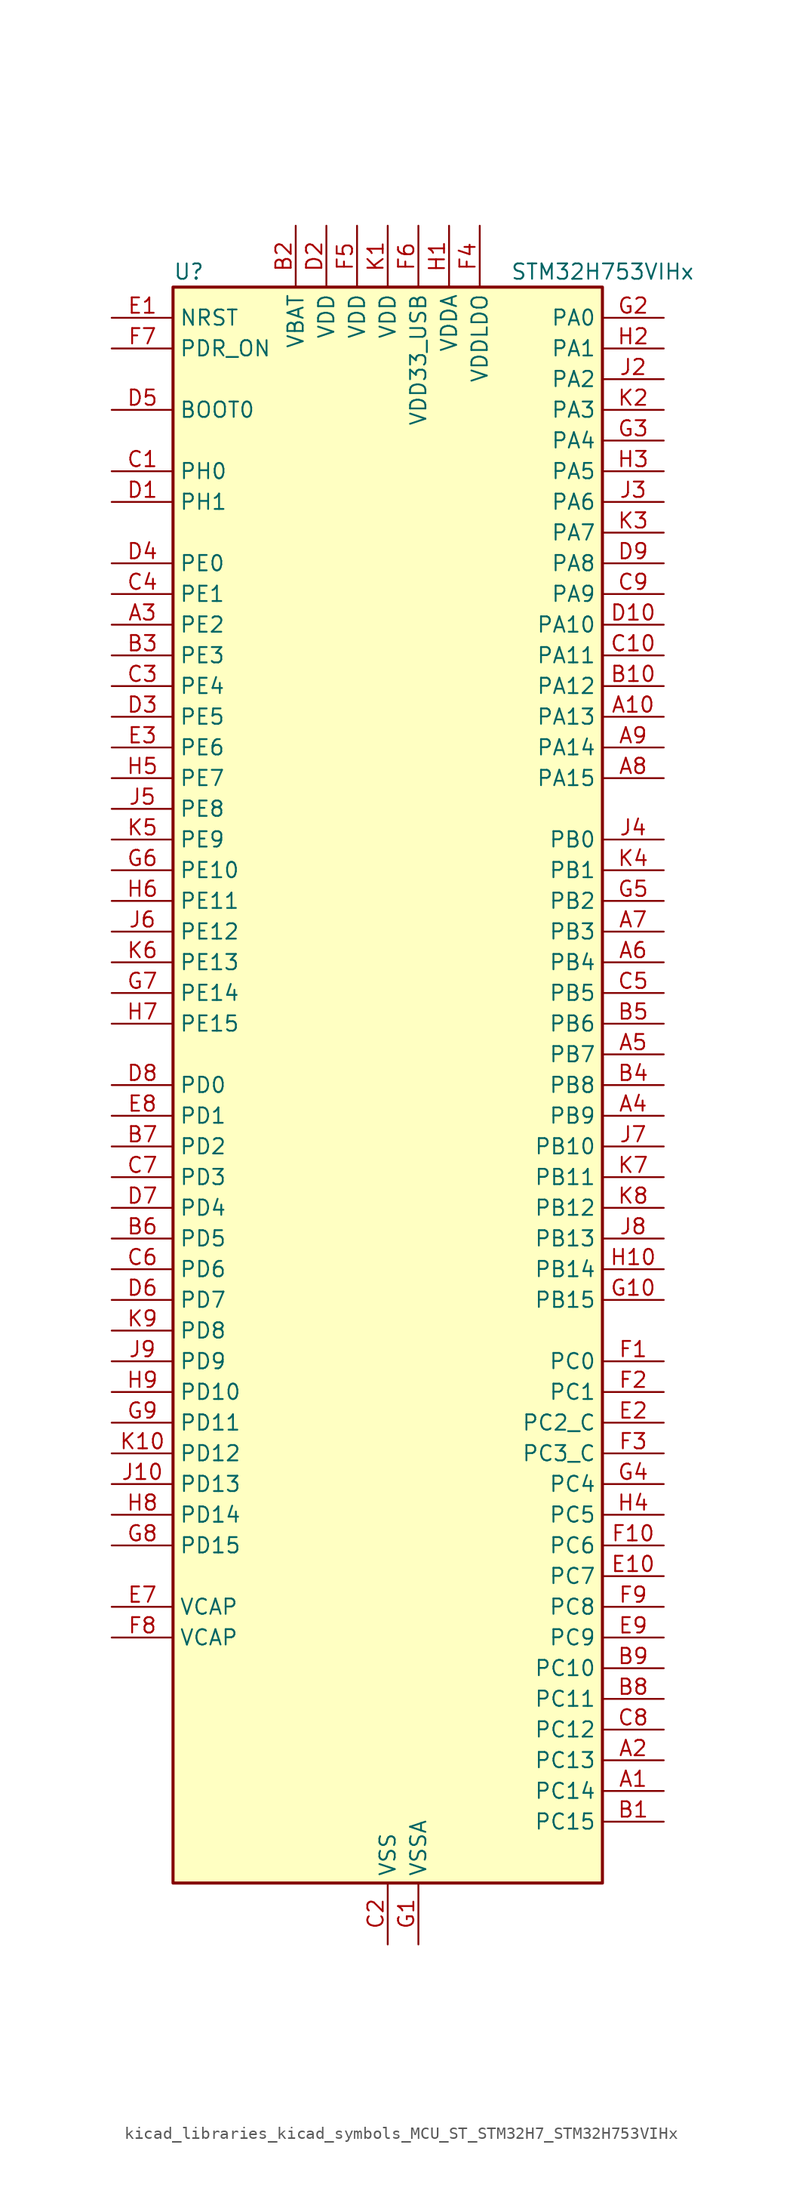
<source format=kicad_sym>
(kicad_symbol_lib
  (version 20220914)
  (generator kicad_symbol_editor)
  (symbol "kicad_libraries_kicad_symbols_MCU_ST_STM32H7_STM32H753VIHx"
    (property "Reference" "U"
      (at -17.78 67.31 0)
      (effects (font (size 1.27 1.27)) (justify left)))
    (property "Value" "STM32H753VIHx"
      (at 10.16 67.31 0)
      (effects (font (size 1.27 1.27)) (justify left)))
    (property "ki_locked" ""
      (at 0 0 0)
      (effects (font (size 1.27 1.27))))
    (symbol "kicad_libraries_kicad_symbols_MCU_ST_STM32H7_STM32H753VIHx_0_1"
      (rectangle (start -17.78 -66.04) (end 17.78 66.04) (stroke (width 0.254) (type default)) (fill (type background))))
    (symbol "kicad_libraries_kicad_symbols_MCU_ST_STM32H7_STM32H753VIHx_1_1"
      (pin bidirectional line (at 22.86 -58.42 180) (length 5.08) (name "PC14" (effects (font (size 1.27 1.27)))) (number "A1" (effects (font (size 1.27 1.27)))) (alternate "RCC_OSC32_IN" bidirectional line))
      (pin bidirectional line (at 22.86 30.48 180) (length 5.08) (name "PA13" (effects (font (size 1.27 1.27)))) (number "A10" (effects (font (size 1.27 1.27)))) (alternate "DEBUG_JTMS-SWDIO" bidirectional line))
      (pin bidirectional line (at 22.86 -55.88 180) (length 5.08) (name "PC13" (effects (font (size 1.27 1.27)))) (number "A2" (effects (font (size 1.27 1.27)))) (alternate "PWR_WKUP2" bidirectional line) (alternate "RTC_OUT_ALARM" bidirectional line) (alternate "RTC_OUT_CALIB" bidirectional line) (alternate "RTC_TAMP1" bidirectional line) (alternate "RTC_TS" bidirectional line))
      (pin bidirectional line (at -22.86 38.1 0) (length 5.08) (name "PE2" (effects (font (size 1.27 1.27)))) (number "A3" (effects (font (size 1.27 1.27)))) (alternate "DEBUG_TRACECLK" bidirectional line) (alternate "ETH_TXD3" bidirectional line) (alternate "FMC_A23" bidirectional line) (alternate "QUADSPI_BK1_IO2" bidirectional line) (alternate "SAI1_CK1" bidirectional line) (alternate "SAI1_MCLK_A" bidirectional line) (alternate "SAI4_CK1" bidirectional line) (alternate "SAI4_MCLK_A" bidirectional line) (alternate "SPI4_SCK" bidirectional line))
      (pin bidirectional line (at 22.86 -2.54 180) (length 5.08) (name "PB9" (effects (font (size 1.27 1.27)))) (number "A4" (effects (font (size 1.27 1.27)))) (alternate "DAC1_EXTI9" bidirectional line) (alternate "DCMI_D7" bidirectional line) (alternate "DFSDM1_DATIN7" bidirectional line) (alternate "FDCAN1_TX" bidirectional line) (alternate "I2C1_SDA" bidirectional line) (alternate "I2C4_SDA" bidirectional line) (alternate "I2C4_SMBA" bidirectional line) (alternate "I2S2_WS" bidirectional line) (alternate "LTDC_B7" bidirectional line) (alternate "SDMMC1_CDIR" bidirectional line) (alternate "SDMMC1_D5" bidirectional line) (alternate "SDMMC2_D5" bidirectional line) (alternate "SPI2_NSS" bidirectional line) (alternate "TIM17_CH1" bidirectional line) (alternate "TIM4_CH4" bidirectional line) (alternate "UART4_TX" bidirectional line))
      (pin bidirectional line (at 22.86 2.54 180) (length 5.08) (name "PB7" (effects (font (size 1.27 1.27)))) (number "A5" (effects (font (size 1.27 1.27)))) (alternate "DCMI_VSYNC" bidirectional line) (alternate "DFSDM1_CKIN5" bidirectional line) (alternate "FMC_NL" bidirectional line) (alternate "HRTIM_EEV9" bidirectional line) (alternate "I2C1_SDA" bidirectional line) (alternate "I2C4_SDA" bidirectional line) (alternate "LPUART1_RX" bidirectional line) (alternate "PWR_PVD_IN" bidirectional line) (alternate "TIM17_CH1N" bidirectional line) (alternate "TIM4_CH2" bidirectional line) (alternate "USART1_RX" bidirectional line))
      (pin bidirectional line (at 22.86 10.16 180) (length 5.08) (name "PB4" (effects (font (size 1.27 1.27)))) (number "A6" (effects (font (size 1.27 1.27)))) (alternate "DEBUG_JTRST" bidirectional line) (alternate "HRTIM_EEV6" bidirectional line) (alternate "I2S1_SDI" bidirectional line) (alternate "I2S2_WS" bidirectional line) (alternate "I2S3_SDI" bidirectional line) (alternate "SDMMC2_D3" bidirectional line) (alternate "SPI1_MISO" bidirectional line) (alternate "SPI2_NSS" bidirectional line) (alternate "SPI3_MISO" bidirectional line) (alternate "SPI6_MISO" bidirectional line) (alternate "TIM16_BKIN" bidirectional line) (alternate "TIM3_CH1" bidirectional line) (alternate "UART7_TX" bidirectional line))
      (pin bidirectional line (at 22.86 12.7 180) (length 5.08) (name "PB3" (effects (font (size 1.27 1.27)))) (number "A7" (effects (font (size 1.27 1.27)))) (alternate "CRS_SYNC" bidirectional line) (alternate "DEBUG_JTDO-SWO" bidirectional line) (alternate "HRTIM_FLT4" bidirectional line) (alternate "I2S1_CK" bidirectional line) (alternate "I2S3_CK" bidirectional line) (alternate "SDMMC2_D2" bidirectional line) (alternate "SPI1_SCK" bidirectional line) (alternate "SPI3_SCK" bidirectional line) (alternate "SPI6_SCK" bidirectional line) (alternate "TIM2_CH2" bidirectional line) (alternate "UART7_RX" bidirectional line))
      (pin bidirectional line (at 22.86 25.4 180) (length 5.08) (name "PA15" (effects (font (size 1.27 1.27)))) (number "A8" (effects (font (size 1.27 1.27)))) (alternate "ADC1_EXTI15" bidirectional line) (alternate "ADC2_EXTI15" bidirectional line) (alternate "ADC3_EXTI15" bidirectional line) (alternate "CEC" bidirectional line) (alternate "DEBUG_JTDI" bidirectional line) (alternate "HRTIM_FLT1" bidirectional line) (alternate "I2S1_WS" bidirectional line) (alternate "I2S3_WS" bidirectional line) (alternate "SPI1_NSS" bidirectional line) (alternate "SPI3_NSS" bidirectional line) (alternate "SPI6_NSS" bidirectional line) (alternate "TIM2_CH1" bidirectional line) (alternate "TIM2_ETR" bidirectional line) (alternate "UART4_DE" bidirectional line) (alternate "UART4_RTS" bidirectional line) (alternate "UART7_TX" bidirectional line))
      (pin bidirectional line (at 22.86 27.94 180) (length 5.08) (name "PA14" (effects (font (size 1.27 1.27)))) (number "A9" (effects (font (size 1.27 1.27)))) (alternate "DEBUG_JTCK-SWCLK" bidirectional line))
      (pin bidirectional line (at 22.86 -60.96 180) (length 5.08) (name "PC15" (effects (font (size 1.27 1.27)))) (number "B1" (effects (font (size 1.27 1.27)))) (alternate "ADC1_EXTI15" bidirectional line) (alternate "ADC2_EXTI15" bidirectional line) (alternate "ADC3_EXTI15" bidirectional line) (alternate "RCC_OSC32_OUT" bidirectional line))
      (pin bidirectional line (at 22.86 33.02 180) (length 5.08) (name "PA12" (effects (font (size 1.27 1.27)))) (number "B10" (effects (font (size 1.27 1.27)))) (alternate "FDCAN1_TX" bidirectional line) (alternate "HRTIM_CHD2" bidirectional line) (alternate "I2S2_CK" bidirectional line) (alternate "LPUART1_DE" bidirectional line) (alternate "LPUART1_RTS" bidirectional line) (alternate "LTDC_R5" bidirectional line) (alternate "SAI2_FS_B" bidirectional line) (alternate "SPI2_SCK" bidirectional line) (alternate "TIM1_ETR" bidirectional line) (alternate "UART4_TX" bidirectional line) (alternate "USART1_DE" bidirectional line) (alternate "USART1_RTS" bidirectional line) (alternate "USB_OTG_FS_DP" bidirectional line))
      (pin power_in line (at -7.62 71.12 270) (length 5.08) (name "VBAT" (effects (font (size 1.27 1.27)))) (number "B2" (effects (font (size 1.27 1.27)))))
      (pin bidirectional line (at -22.86 35.56 0) (length 5.08) (name "PE3" (effects (font (size 1.27 1.27)))) (number "B3" (effects (font (size 1.27 1.27)))) (alternate "DEBUG_TRACED0" bidirectional line) (alternate "FMC_A19" bidirectional line) (alternate "SAI1_SD_B" bidirectional line) (alternate "SAI4_SD_B" bidirectional line) (alternate "TIM15_BKIN" bidirectional line))
      (pin bidirectional line (at 22.86 0 180) (length 5.08) (name "PB8" (effects (font (size 1.27 1.27)))) (number "B4" (effects (font (size 1.27 1.27)))) (alternate "DCMI_D6" bidirectional line) (alternate "DFSDM1_CKIN7" bidirectional line) (alternate "ETH_TXD3" bidirectional line) (alternate "FDCAN1_RX" bidirectional line) (alternate "I2C1_SCL" bidirectional line) (alternate "I2C4_SCL" bidirectional line) (alternate "LTDC_B6" bidirectional line) (alternate "SDMMC1_CKIN" bidirectional line) (alternate "SDMMC1_D4" bidirectional line) (alternate "SDMMC2_D4" bidirectional line) (alternate "TIM16_CH1" bidirectional line) (alternate "TIM4_CH3" bidirectional line) (alternate "UART4_RX" bidirectional line))
      (pin bidirectional line (at 22.86 5.08 180) (length 5.08) (name "PB6" (effects (font (size 1.27 1.27)))) (number "B5" (effects (font (size 1.27 1.27)))) (alternate "CEC" bidirectional line) (alternate "DCMI_D5" bidirectional line) (alternate "DFSDM1_DATIN5" bidirectional line) (alternate "FDCAN2_TX" bidirectional line) (alternate "FMC_SDNE1" bidirectional line) (alternate "HRTIM_EEV8" bidirectional line) (alternate "I2C1_SCL" bidirectional line) (alternate "I2C4_SCL" bidirectional line) (alternate "LPUART1_TX" bidirectional line) (alternate "QUADSPI_BK1_NCS" bidirectional line) (alternate "TIM16_CH1N" bidirectional line) (alternate "TIM4_CH1" bidirectional line) (alternate "UART5_TX" bidirectional line) (alternate "USART1_TX" bidirectional line))
      (pin bidirectional line (at -22.86 -12.7 0) (length 5.08) (name "PD5" (effects (font (size 1.27 1.27)))) (number "B6" (effects (font (size 1.27 1.27)))) (alternate "FMC_NWE" bidirectional line) (alternate "HRTIM_EEV3" bidirectional line) (alternate "USART2_TX" bidirectional line))
      (pin bidirectional line (at -22.86 -5.08 0) (length 5.08) (name "PD2" (effects (font (size 1.27 1.27)))) (number "B7" (effects (font (size 1.27 1.27)))) (alternate "DCMI_D11" bidirectional line) (alternate "DEBUG_TRACED2" bidirectional line) (alternate "SDMMC1_CMD" bidirectional line) (alternate "TIM3_ETR" bidirectional line) (alternate "UART5_RX" bidirectional line))
      (pin bidirectional line (at 22.86 -50.8 180) (length 5.08) (name "PC11" (effects (font (size 1.27 1.27)))) (number "B8" (effects (font (size 1.27 1.27)))) (alternate "ADC1_EXTI11" bidirectional line) (alternate "ADC2_EXTI11" bidirectional line) (alternate "ADC3_EXTI11" bidirectional line) (alternate "DCMI_D4" bidirectional line) (alternate "DFSDM1_DATIN5" bidirectional line) (alternate "HRTIM_FLT2" bidirectional line) (alternate "I2S3_SDI" bidirectional line) (alternate "QUADSPI_BK2_NCS" bidirectional line) (alternate "SDMMC1_D3" bidirectional line) (alternate "SPI3_MISO" bidirectional line) (alternate "UART4_RX" bidirectional line) (alternate "USART3_RX" bidirectional line))
      (pin bidirectional line (at 22.86 -48.26 180) (length 5.08) (name "PC10" (effects (font (size 1.27 1.27)))) (number "B9" (effects (font (size 1.27 1.27)))) (alternate "DCMI_D8" bidirectional line) (alternate "DFSDM1_CKIN5" bidirectional line) (alternate "HRTIM_EEV1" bidirectional line) (alternate "I2S3_CK" bidirectional line) (alternate "LTDC_R2" bidirectional line) (alternate "QUADSPI_BK1_IO1" bidirectional line) (alternate "SDMMC1_D2" bidirectional line) (alternate "SPI3_SCK" bidirectional line) (alternate "UART4_TX" bidirectional line) (alternate "USART3_TX" bidirectional line))
      (pin bidirectional line (at -22.86 50.8 0) (length 5.08) (name "PH0" (effects (font (size 1.27 1.27)))) (number "C1" (effects (font (size 1.27 1.27)))) (alternate "RCC_OSC_IN" bidirectional line))
      (pin bidirectional line (at 22.86 35.56 180) (length 5.08) (name "PA11" (effects (font (size 1.27 1.27)))) (number "C10" (effects (font (size 1.27 1.27)))) (alternate "ADC1_EXTI11" bidirectional line) (alternate "ADC2_EXTI11" bidirectional line) (alternate "ADC3_EXTI11" bidirectional line) (alternate "FDCAN1_RX" bidirectional line) (alternate "HRTIM_CHD1" bidirectional line) (alternate "I2S2_WS" bidirectional line) (alternate "LPUART1_CTS" bidirectional line) (alternate "LTDC_R4" bidirectional line) (alternate "SPI2_NSS" bidirectional line) (alternate "TIM1_CH4" bidirectional line) (alternate "UART4_RX" bidirectional line) (alternate "USART1_CTS" bidirectional line) (alternate "USART1_NSS" bidirectional line) (alternate "USB_OTG_FS_DM" bidirectional line))
      (pin power_in line (at 0 -71.12 90) (length 5.08) (name "VSS" (effects (font (size 1.27 1.27)))) (number "C2" (effects (font (size 1.27 1.27)))))
      (pin bidirectional line (at -22.86 33.02 0) (length 5.08) (name "PE4" (effects (font (size 1.27 1.27)))) (number "C3" (effects (font (size 1.27 1.27)))) (alternate "DCMI_D4" bidirectional line) (alternate "DEBUG_TRACED1" bidirectional line) (alternate "DFSDM1_DATIN3" bidirectional line) (alternate "FMC_A20" bidirectional line) (alternate "LTDC_B0" bidirectional line) (alternate "SAI1_D2" bidirectional line) (alternate "SAI1_FS_A" bidirectional line) (alternate "SAI4_D2" bidirectional line) (alternate "SAI4_FS_A" bidirectional line) (alternate "SPI4_NSS" bidirectional line) (alternate "TIM15_CH1N" bidirectional line))
      (pin bidirectional line (at -22.86 40.64 0) (length 5.08) (name "PE1" (effects (font (size 1.27 1.27)))) (number "C4" (effects (font (size 1.27 1.27)))) (alternate "DCMI_D3" bidirectional line) (alternate "FMC_NBL1" bidirectional line) (alternate "HRTIM_SCOUT" bidirectional line) (alternate "LPTIM1_IN2" bidirectional line) (alternate "UART8_TX" bidirectional line))
      (pin bidirectional line (at 22.86 7.62 180) (length 5.08) (name "PB5" (effects (font (size 1.27 1.27)))) (number "C5" (effects (font (size 1.27 1.27)))) (alternate "DCMI_D10" bidirectional line) (alternate "ETH_PPS_OUT" bidirectional line) (alternate "FDCAN2_RX" bidirectional line) (alternate "FMC_SDCKE1" bidirectional line) (alternate "HRTIM_EEV7" bidirectional line) (alternate "I2C1_SMBA" bidirectional line) (alternate "I2C4_SMBA" bidirectional line) (alternate "I2S1_SDO" bidirectional line) (alternate "I2S3_SDO" bidirectional line) (alternate "SPI1_MOSI" bidirectional line) (alternate "SPI3_MOSI" bidirectional line) (alternate "SPI6_MOSI" bidirectional line) (alternate "TIM17_BKIN" bidirectional line) (alternate "TIM3_CH2" bidirectional line) (alternate "UART5_RX" bidirectional line) (alternate "USB_OTG_HS_ULPI_D7" bidirectional line))
      (pin bidirectional line (at -22.86 -15.24 0) (length 5.08) (name "PD6" (effects (font (size 1.27 1.27)))) (number "C6" (effects (font (size 1.27 1.27)))) (alternate "DCMI_D10" bidirectional line) (alternate "DFSDM1_CKIN4" bidirectional line) (alternate "DFSDM1_DATIN1" bidirectional line) (alternate "FMC_NWAIT" bidirectional line) (alternate "I2S3_SDO" bidirectional line) (alternate "LTDC_B2" bidirectional line) (alternate "SAI1_D1" bidirectional line) (alternate "SAI1_SD_A" bidirectional line) (alternate "SAI4_D1" bidirectional line) (alternate "SAI4_SD_A" bidirectional line) (alternate "SDMMC2_CK" bidirectional line) (alternate "SPI3_MOSI" bidirectional line) (alternate "USART2_RX" bidirectional line))
      (pin bidirectional line (at -22.86 -7.62 0) (length 5.08) (name "PD3" (effects (font (size 1.27 1.27)))) (number "C7" (effects (font (size 1.27 1.27)))) (alternate "DCMI_D5" bidirectional line) (alternate "DFSDM1_CKOUT" bidirectional line) (alternate "FMC_CLK" bidirectional line) (alternate "I2S2_CK" bidirectional line) (alternate "LTDC_G7" bidirectional line) (alternate "SPI2_SCK" bidirectional line) (alternate "USART2_CTS" bidirectional line) (alternate "USART2_NSS" bidirectional line))
      (pin bidirectional line (at 22.86 -53.34 180) (length 5.08) (name "PC12" (effects (font (size 1.27 1.27)))) (number "C8" (effects (font (size 1.27 1.27)))) (alternate "DCMI_D9" bidirectional line) (alternate "DEBUG_TRACED3" bidirectional line) (alternate "HRTIM_EEV2" bidirectional line) (alternate "I2S3_SDO" bidirectional line) (alternate "SDMMC1_CK" bidirectional line) (alternate "SPI3_MOSI" bidirectional line) (alternate "UART5_TX" bidirectional line) (alternate "USART3_CK" bidirectional line))
      (pin bidirectional line (at 22.86 40.64 180) (length 5.08) (name "PA9" (effects (font (size 1.27 1.27)))) (number "C9" (effects (font (size 1.27 1.27)))) (alternate "DAC1_EXTI9" bidirectional line) (alternate "DCMI_D0" bidirectional line) (alternate "HRTIM_CHC1" bidirectional line) (alternate "I2C3_SMBA" bidirectional line) (alternate "I2S2_CK" bidirectional line) (alternate "LPUART1_TX" bidirectional line) (alternate "LTDC_R5" bidirectional line) (alternate "SPI2_SCK" bidirectional line) (alternate "TIM1_CH2" bidirectional line) (alternate "USART1_TX" bidirectional line) (alternate "USB_OTG_FS_VBUS" bidirectional line))
      (pin bidirectional line (at -22.86 48.26 0) (length 5.08) (name "PH1" (effects (font (size 1.27 1.27)))) (number "D1" (effects (font (size 1.27 1.27)))) (alternate "RCC_OSC_OUT" bidirectional line))
      (pin bidirectional line (at 22.86 38.1 180) (length 5.08) (name "PA10" (effects (font (size 1.27 1.27)))) (number "D10" (effects (font (size 1.27 1.27)))) (alternate "DCMI_D1" bidirectional line) (alternate "HRTIM_CHC2" bidirectional line) (alternate "LPUART1_RX" bidirectional line) (alternate "LTDC_B1" bidirectional line) (alternate "LTDC_B4" bidirectional line) (alternate "MDIOS_MDIO" bidirectional line) (alternate "TIM1_CH3" bidirectional line) (alternate "USART1_RX" bidirectional line) (alternate "USB_OTG_FS_ID" bidirectional line))
      (pin power_in line (at -5.08 71.12 270) (length 5.08) (name "VDD" (effects (font (size 1.27 1.27)))) (number "D2" (effects (font (size 1.27 1.27)))))
      (pin bidirectional line (at -22.86 30.48 0) (length 5.08) (name "PE5" (effects (font (size 1.27 1.27)))) (number "D3" (effects (font (size 1.27 1.27)))) (alternate "DCMI_D6" bidirectional line) (alternate "DEBUG_TRACED2" bidirectional line) (alternate "DFSDM1_CKIN3" bidirectional line) (alternate "FMC_A21" bidirectional line) (alternate "LTDC_G0" bidirectional line) (alternate "SAI1_CK2" bidirectional line) (alternate "SAI1_SCK_A" bidirectional line) (alternate "SAI4_CK2" bidirectional line) (alternate "SAI4_SCK_A" bidirectional line) (alternate "SPI4_MISO" bidirectional line) (alternate "TIM15_CH1" bidirectional line))
      (pin bidirectional line (at -22.86 43.18 0) (length 5.08) (name "PE0" (effects (font (size 1.27 1.27)))) (number "D4" (effects (font (size 1.27 1.27)))) (alternate "DCMI_D2" bidirectional line) (alternate "FMC_NBL0" bidirectional line) (alternate "HRTIM_SCIN" bidirectional line) (alternate "LPTIM1_ETR" bidirectional line) (alternate "LPTIM2_ETR" bidirectional line) (alternate "SAI2_MCLK_A" bidirectional line) (alternate "TIM4_ETR" bidirectional line) (alternate "UART8_RX" bidirectional line))
      (pin input line (at -22.86 55.88 0) (length 5.08) (name "BOOT0" (effects (font (size 1.27 1.27)))) (number "D5" (effects (font (size 1.27 1.27)))))
      (pin bidirectional line (at -22.86 -17.78 0) (length 5.08) (name "PD7" (effects (font (size 1.27 1.27)))) (number "D6" (effects (font (size 1.27 1.27)))) (alternate "DFSDM1_CKIN1" bidirectional line) (alternate "DFSDM1_DATIN4" bidirectional line) (alternate "FMC_NE1" bidirectional line) (alternate "I2S1_SDO" bidirectional line) (alternate "SDMMC2_CMD" bidirectional line) (alternate "SPDIFRX1_IN0" bidirectional line) (alternate "SPI1_MOSI" bidirectional line) (alternate "USART2_CK" bidirectional line))
      (pin bidirectional line (at -22.86 -10.16 0) (length 5.08) (name "PD4" (effects (font (size 1.27 1.27)))) (number "D7" (effects (font (size 1.27 1.27)))) (alternate "FMC_NOE" bidirectional line) (alternate "HRTIM_FLT3" bidirectional line) (alternate "SAI3_FS_A" bidirectional line) (alternate "USART2_DE" bidirectional line) (alternate "USART2_RTS" bidirectional line))
      (pin bidirectional line (at -22.86 0 0) (length 5.08) (name "PD0" (effects (font (size 1.27 1.27)))) (number "D8" (effects (font (size 1.27 1.27)))) (alternate "DFSDM1_CKIN6" bidirectional line) (alternate "FDCAN1_RX" bidirectional line) (alternate "FMC_D2" bidirectional line) (alternate "FMC_DA2" bidirectional line) (alternate "SAI3_SCK_A" bidirectional line) (alternate "UART4_RX" bidirectional line))
      (pin bidirectional line (at 22.86 43.18 180) (length 5.08) (name "PA8" (effects (font (size 1.27 1.27)))) (number "D9" (effects (font (size 1.27 1.27)))) (alternate "HRTIM_CHB2" bidirectional line) (alternate "I2C3_SCL" bidirectional line) (alternate "LTDC_B3" bidirectional line) (alternate "LTDC_R6" bidirectional line) (alternate "RCC_MCO_1" bidirectional line) (alternate "TIM1_CH1" bidirectional line) (alternate "TIM8_BKIN2" bidirectional line) (alternate "TIM8_BKIN2_COMP1" bidirectional line) (alternate "TIM8_BKIN2_COMP2" bidirectional line) (alternate "UART7_RX" bidirectional line) (alternate "USART1_CK" bidirectional line) (alternate "USB_OTG_FS_SOF" bidirectional line))
      (pin input line (at -22.86 63.5 0) (length 5.08) (name "NRST" (effects (font (size 1.27 1.27)))) (number "E1" (effects (font (size 1.27 1.27)))))
      (pin bidirectional line (at 22.86 -40.64 180) (length 5.08) (name "PC7" (effects (font (size 1.27 1.27)))) (number "E10" (effects (font (size 1.27 1.27)))) (alternate "DCMI_D1" bidirectional line) (alternate "DEBUG_TRGIO" bidirectional line) (alternate "DFSDM1_DATIN3" bidirectional line) (alternate "FMC_NE1" bidirectional line) (alternate "HRTIM_CHA2" bidirectional line) (alternate "I2S3_MCK" bidirectional line) (alternate "LTDC_G6" bidirectional line) (alternate "SDMMC1_D123DIR" bidirectional line) (alternate "SDMMC1_D7" bidirectional line) (alternate "SDMMC2_D7" bidirectional line) (alternate "SWPMI1_TX" bidirectional line) (alternate "TIM3_CH2" bidirectional line) (alternate "TIM8_CH2" bidirectional line) (alternate "USART6_RX" bidirectional line))
      (pin bidirectional line (at 22.86 -27.94 180) (length 5.08) (name "PC2_C" (effects (font (size 1.27 1.27)))) (number "E2" (effects (font (size 1.27 1.27)))) (alternate "ADC3_INN1" bidirectional line) (alternate "ADC3_INP0" bidirectional line) (alternate "DFSDM1_CKIN1" bidirectional line) (alternate "DFSDM1_CKOUT" bidirectional line) (alternate "ETH_TXD2" bidirectional line) (alternate "FMC_SDNE0" bidirectional line) (alternate "I2S2_SDI" bidirectional line) (alternate "PWR_CSTOP" bidirectional line) (alternate "SPI2_MISO" bidirectional line) (alternate "USB_OTG_HS_ULPI_DIR" bidirectional line))
      (pin bidirectional line (at -22.86 27.94 0) (length 5.08) (name "PE6" (effects (font (size 1.27 1.27)))) (number "E3" (effects (font (size 1.27 1.27)))) (alternate "DCMI_D7" bidirectional line) (alternate "DEBUG_TRACED3" bidirectional line) (alternate "FMC_A22" bidirectional line) (alternate "LTDC_G1" bidirectional line) (alternate "SAI1_D1" bidirectional line) (alternate "SAI1_SD_A" bidirectional line) (alternate "SAI2_MCLK_B" bidirectional line) (alternate "SAI4_D1" bidirectional line) (alternate "SAI4_SD_A" bidirectional line) (alternate "SPI4_MOSI" bidirectional line) (alternate "TIM15_CH2" bidirectional line) (alternate "TIM1_BKIN2" bidirectional line) (alternate "TIM1_BKIN2_COMP1" bidirectional line) (alternate "TIM1_BKIN2_COMP2" bidirectional line))
      (pin passive line (at 0 -71.12 90) (length 5.08) hide (name "VSS" (effects (font (size 1.27 1.27)))) (number "E4" (effects (font (size 1.27 1.27)))))
      (pin passive line (at 0 -71.12 90) (length 5.08) hide (name "VSS" (effects (font (size 1.27 1.27)))) (number "E5" (effects (font (size 1.27 1.27)))))
      (pin passive line (at 0 -71.12 90) (length 5.08) hide (name "VSS" (effects (font (size 1.27 1.27)))) (number "E6" (effects (font (size 1.27 1.27)))))
      (pin power_out line (at -22.86 -43.18 0) (length 5.08) (name "VCAP" (effects (font (size 1.27 1.27)))) (number "E7" (effects (font (size 1.27 1.27)))))
      (pin bidirectional line (at -22.86 -2.54 0) (length 5.08) (name "PD1" (effects (font (size 1.27 1.27)))) (number "E8" (effects (font (size 1.27 1.27)))) (alternate "DFSDM1_DATIN6" bidirectional line) (alternate "FDCAN1_TX" bidirectional line) (alternate "FMC_D3" bidirectional line) (alternate "FMC_DA3" bidirectional line) (alternate "SAI3_SD_A" bidirectional line) (alternate "UART4_TX" bidirectional line))
      (pin bidirectional line (at 22.86 -45.72 180) (length 5.08) (name "PC9" (effects (font (size 1.27 1.27)))) (number "E9" (effects (font (size 1.27 1.27)))) (alternate "DAC1_EXTI9" bidirectional line) (alternate "DCMI_D3" bidirectional line) (alternate "I2C3_SDA" bidirectional line) (alternate "I2S_CKIN" bidirectional line) (alternate "LTDC_B2" bidirectional line) (alternate "LTDC_G3" bidirectional line) (alternate "QUADSPI_BK1_IO0" bidirectional line) (alternate "RCC_MCO_2" bidirectional line) (alternate "SDMMC1_D1" bidirectional line) (alternate "SWPMI1_SUSPEND" bidirectional line) (alternate "TIM3_CH4" bidirectional line) (alternate "TIM8_CH4" bidirectional line) (alternate "UART5_CTS" bidirectional line))
      (pin bidirectional line (at 22.86 -22.86 180) (length 5.08) (name "PC0" (effects (font (size 1.27 1.27)))) (number "F1" (effects (font (size 1.27 1.27)))) (alternate "ADC1_INP10" bidirectional line) (alternate "ADC2_INP10" bidirectional line) (alternate "ADC3_INP10" bidirectional line) (alternate "DFSDM1_CKIN0" bidirectional line) (alternate "DFSDM1_DATIN4" bidirectional line) (alternate "FMC_SDNWE" bidirectional line) (alternate "LTDC_R5" bidirectional line) (alternate "SAI2_FS_B" bidirectional line) (alternate "USB_OTG_HS_ULPI_STP" bidirectional line))
      (pin bidirectional line (at 22.86 -38.1 180) (length 5.08) (name "PC6" (effects (font (size 1.27 1.27)))) (number "F10" (effects (font (size 1.27 1.27)))) (alternate "DCMI_D0" bidirectional line) (alternate "DFSDM1_CKIN3" bidirectional line) (alternate "FMC_NWAIT" bidirectional line) (alternate "HRTIM_CHA1" bidirectional line) (alternate "I2S2_MCK" bidirectional line) (alternate "LTDC_HSYNC" bidirectional line) (alternate "SDMMC1_D0DIR" bidirectional line) (alternate "SDMMC1_D6" bidirectional line) (alternate "SDMMC2_D6" bidirectional line) (alternate "SWPMI1_IO" bidirectional line) (alternate "TIM3_CH1" bidirectional line) (alternate "TIM8_CH1" bidirectional line) (alternate "USART6_TX" bidirectional line))
      (pin bidirectional line (at 22.86 -25.4 180) (length 5.08) (name "PC1" (effects (font (size 1.27 1.27)))) (number "F2" (effects (font (size 1.27 1.27)))) (alternate "ADC1_INN10" bidirectional line) (alternate "ADC1_INP11" bidirectional line) (alternate "ADC2_INN10" bidirectional line) (alternate "ADC2_INP11" bidirectional line) (alternate "ADC3_INN10" bidirectional line) (alternate "ADC3_INP11" bidirectional line) (alternate "DEBUG_TRACED0" bidirectional line) (alternate "DFSDM1_CKIN4" bidirectional line) (alternate "DFSDM1_DATIN0" bidirectional line) (alternate "ETH_MDC" bidirectional line) (alternate "I2S2_SDO" bidirectional line) (alternate "MDIOS_MDC" bidirectional line) (alternate "PWR_WKUP5" bidirectional line) (alternate "RTC_TAMP3" bidirectional line) (alternate "SAI1_D1" bidirectional line) (alternate "SAI1_SD_A" bidirectional line) (alternate "SAI4_D1" bidirectional line) (alternate "SAI4_SD_A" bidirectional line) (alternate "SDMMC2_CK" bidirectional line) (alternate "SPI2_MOSI" bidirectional line))
      (pin bidirectional line (at 22.86 -30.48 180) (length 5.08) (name "PC3_C" (effects (font (size 1.27 1.27)))) (number "F3" (effects (font (size 1.27 1.27)))) (alternate "ADC3_INP1" bidirectional line) (alternate "DFSDM1_DATIN1" bidirectional line) (alternate "ETH_TX_CLK" bidirectional line) (alternate "FMC_SDCKE0" bidirectional line) (alternate "I2S2_SDO" bidirectional line) (alternate "PWR_CSLEEP" bidirectional line) (alternate "SPI2_MOSI" bidirectional line) (alternate "USB_OTG_HS_ULPI_NXT" bidirectional line))
      (pin power_in line (at 7.62 71.12 270) (length 5.08) (name "VDDLDO" (effects (font (size 1.27 1.27)))) (number "F4" (effects (font (size 1.27 1.27)))))
      (pin power_in line (at -2.54 71.12 270) (length 5.08) (name "VDD" (effects (font (size 1.27 1.27)))) (number "F5" (effects (font (size 1.27 1.27)))))
      (pin power_in line (at 2.54 71.12 270) (length 5.08) (name "VDD33_USB" (effects (font (size 1.27 1.27)))) (number "F6" (effects (font (size 1.27 1.27)))))
      (pin input line (at -22.86 60.96 0) (length 5.08) (name "PDR_ON" (effects (font (size 1.27 1.27)))) (number "F7" (effects (font (size 1.27 1.27)))))
      (pin power_out line (at -22.86 -45.72 0) (length 5.08) (name "VCAP" (effects (font (size 1.27 1.27)))) (number "F8" (effects (font (size 1.27 1.27)))))
      (pin bidirectional line (at 22.86 -43.18 180) (length 5.08) (name "PC8" (effects (font (size 1.27 1.27)))) (number "F9" (effects (font (size 1.27 1.27)))) (alternate "DCMI_D2" bidirectional line) (alternate "DEBUG_TRACED1" bidirectional line) (alternate "FMC_NCE" bidirectional line) (alternate "FMC_NE2" bidirectional line) (alternate "HRTIM_CHB1" bidirectional line) (alternate "SDMMC1_D0" bidirectional line) (alternate "SWPMI1_RX" bidirectional line) (alternate "TIM3_CH3" bidirectional line) (alternate "TIM8_CH3" bidirectional line) (alternate "UART5_DE" bidirectional line) (alternate "UART5_RTS" bidirectional line) (alternate "USART6_CK" bidirectional line))
      (pin power_in line (at 2.54 -71.12 90) (length 5.08) (name "VSSA" (effects (font (size 1.27 1.27)))) (number "G1" (effects (font (size 1.27 1.27)))))
      (pin bidirectional line (at 22.86 -17.78 180) (length 5.08) (name "PB15" (effects (font (size 1.27 1.27)))) (number "G10" (effects (font (size 1.27 1.27)))) (alternate "ADC1_EXTI15" bidirectional line) (alternate "ADC2_EXTI15" bidirectional line) (alternate "ADC3_EXTI15" bidirectional line) (alternate "DFSDM1_CKIN2" bidirectional line) (alternate "I2S2_SDO" bidirectional line) (alternate "RTC_REFIN" bidirectional line) (alternate "SDMMC2_D1" bidirectional line) (alternate "SPI2_MOSI" bidirectional line) (alternate "TIM12_CH2" bidirectional line) (alternate "TIM1_CH3N" bidirectional line) (alternate "TIM8_CH3N" bidirectional line) (alternate "UART4_CTS" bidirectional line) (alternate "USART1_RX" bidirectional line) (alternate "USB_OTG_HS_DP" bidirectional line))
      (pin bidirectional line (at 22.86 63.5 180) (length 5.08) (name "PA0" (effects (font (size 1.27 1.27)))) (number "G2" (effects (font (size 1.27 1.27)))) (alternate "ADC1_INP16" bidirectional line) (alternate "ETH_CRS" bidirectional line) (alternate "PWR_WKUP0" bidirectional line) (alternate "SAI2_SD_B" bidirectional line) (alternate "SDMMC2_CMD" bidirectional line) (alternate "TIM15_BKIN" bidirectional line) (alternate "TIM2_CH1" bidirectional line) (alternate "TIM2_ETR" bidirectional line) (alternate "TIM5_CH1" bidirectional line) (alternate "TIM8_ETR" bidirectional line) (alternate "UART4_TX" bidirectional line) (alternate "USART2_CTS" bidirectional line) (alternate "USART2_NSS" bidirectional line))
      (pin bidirectional line (at 22.86 53.34 180) (length 5.08) (name "PA4" (effects (font (size 1.27 1.27)))) (number "G3" (effects (font (size 1.27 1.27)))) (alternate "ADC1_INP18" bidirectional line) (alternate "ADC2_INP18" bidirectional line) (alternate "DAC1_OUT1" bidirectional line) (alternate "DCMI_HSYNC" bidirectional line) (alternate "I2S1_WS" bidirectional line) (alternate "I2S3_WS" bidirectional line) (alternate "LTDC_VSYNC" bidirectional line) (alternate "SPI1_NSS" bidirectional line) (alternate "SPI3_NSS" bidirectional line) (alternate "SPI6_NSS" bidirectional line) (alternate "TIM5_ETR" bidirectional line) (alternate "USART2_CK" bidirectional line) (alternate "USB_OTG_HS_SOF" bidirectional line))
      (pin bidirectional line (at 22.86 -33.02 180) (length 5.08) (name "PC4" (effects (font (size 1.27 1.27)))) (number "G4" (effects (font (size 1.27 1.27)))) (alternate "ADC1_INP4" bidirectional line) (alternate "ADC2_INP4" bidirectional line) (alternate "COMP1_INM" bidirectional line) (alternate "DFSDM1_CKIN2" bidirectional line) (alternate "ETH_RXD0" bidirectional line) (alternate "FMC_SDNE0" bidirectional line) (alternate "I2S1_MCK" bidirectional line) (alternate "OPAMP1_VOUT" bidirectional line) (alternate "SPDIFRX1_IN2" bidirectional line))
      (pin bidirectional line (at 22.86 15.24 180) (length 5.08) (name "PB2" (effects (font (size 1.27 1.27)))) (number "G5" (effects (font (size 1.27 1.27)))) (alternate "COMP1_INP" bidirectional line) (alternate "DFSDM1_CKIN1" bidirectional line) (alternate "I2S3_SDO" bidirectional line) (alternate "QUADSPI_CLK" bidirectional line) (alternate "RTC_OUT_ALARM" bidirectional line) (alternate "RTC_OUT_CALIB" bidirectional line) (alternate "SAI1_D1" bidirectional line) (alternate "SAI1_SD_A" bidirectional line) (alternate "SAI4_D1" bidirectional line) (alternate "SAI4_SD_A" bidirectional line) (alternate "SPI3_MOSI" bidirectional line))
      (pin bidirectional line (at -22.86 17.78 0) (length 5.08) (name "PE10" (effects (font (size 1.27 1.27)))) (number "G6" (effects (font (size 1.27 1.27)))) (alternate "COMP2_INM" bidirectional line) (alternate "DFSDM1_DATIN4" bidirectional line) (alternate "FMC_D7" bidirectional line) (alternate "FMC_DA7" bidirectional line) (alternate "QUADSPI_BK2_IO3" bidirectional line) (alternate "TIM1_CH2N" bidirectional line) (alternate "UART7_CTS" bidirectional line))
      (pin bidirectional line (at -22.86 7.62 0) (length 5.08) (name "PE14" (effects (font (size 1.27 1.27)))) (number "G7" (effects (font (size 1.27 1.27)))) (alternate "FMC_D11" bidirectional line) (alternate "FMC_DA11" bidirectional line) (alternate "LTDC_CLK" bidirectional line) (alternate "SAI2_MCLK_B" bidirectional line) (alternate "SPI4_MOSI" bidirectional line) (alternate "TIM1_CH4" bidirectional line))
      (pin bidirectional line (at -22.86 -38.1 0) (length 5.08) (name "PD15" (effects (font (size 1.27 1.27)))) (number "G8" (effects (font (size 1.27 1.27)))) (alternate "ADC1_EXTI15" bidirectional line) (alternate "ADC2_EXTI15" bidirectional line) (alternate "ADC3_EXTI15" bidirectional line) (alternate "FMC_D1" bidirectional line) (alternate "FMC_DA1" bidirectional line) (alternate "SAI3_MCLK_A" bidirectional line) (alternate "TIM4_CH4" bidirectional line) (alternate "UART8_DE" bidirectional line) (alternate "UART8_RTS" bidirectional line))
      (pin bidirectional line (at -22.86 -27.94 0) (length 5.08) (name "PD11" (effects (font (size 1.27 1.27)))) (number "G9" (effects (font (size 1.27 1.27)))) (alternate "ADC1_EXTI11" bidirectional line) (alternate "ADC2_EXTI11" bidirectional line) (alternate "ADC3_EXTI11" bidirectional line) (alternate "FMC_A16" bidirectional line) (alternate "FMC_CLE" bidirectional line) (alternate "I2C4_SMBA" bidirectional line) (alternate "LPTIM2_IN2" bidirectional line) (alternate "QUADSPI_BK1_IO0" bidirectional line) (alternate "SAI2_SD_A" bidirectional line) (alternate "USART3_CTS" bidirectional line) (alternate "USART3_NSS" bidirectional line))
      (pin power_in line (at 5.08 71.12 270) (length 5.08) (name "VDDA" (effects (font (size 1.27 1.27)))) (number "H1" (effects (font (size 1.27 1.27)))))
      (pin bidirectional line (at 22.86 -15.24 180) (length 5.08) (name "PB14" (effects (font (size 1.27 1.27)))) (number "H10" (effects (font (size 1.27 1.27)))) (alternate "DFSDM1_DATIN2" bidirectional line) (alternate "I2S2_SDI" bidirectional line) (alternate "SDMMC2_D0" bidirectional line) (alternate "SPI2_MISO" bidirectional line) (alternate "TIM12_CH1" bidirectional line) (alternate "TIM1_CH2N" bidirectional line) (alternate "TIM8_CH2N" bidirectional line) (alternate "UART4_DE" bidirectional line) (alternate "UART4_RTS" bidirectional line) (alternate "USART1_TX" bidirectional line) (alternate "USART3_DE" bidirectional line) (alternate "USART3_RTS" bidirectional line) (alternate "USB_OTG_HS_DM" bidirectional line))
      (pin bidirectional line (at 22.86 60.96 180) (length 5.08) (name "PA1" (effects (font (size 1.27 1.27)))) (number "H2" (effects (font (size 1.27 1.27)))) (alternate "ADC1_INN16" bidirectional line) (alternate "ADC1_INP17" bidirectional line) (alternate "ETH_REF_CLK" bidirectional line) (alternate "ETH_RX_CLK" bidirectional line) (alternate "LPTIM3_OUT" bidirectional line) (alternate "LTDC_R2" bidirectional line) (alternate "QUADSPI_BK1_IO3" bidirectional line) (alternate "SAI2_MCLK_B" bidirectional line) (alternate "TIM15_CH1N" bidirectional line) (alternate "TIM2_CH2" bidirectional line) (alternate "TIM5_CH2" bidirectional line) (alternate "UART4_RX" bidirectional line) (alternate "USART2_DE" bidirectional line) (alternate "USART2_RTS" bidirectional line))
      (pin bidirectional line (at 22.86 50.8 180) (length 5.08) (name "PA5" (effects (font (size 1.27 1.27)))) (number "H3" (effects (font (size 1.27 1.27)))) (alternate "ADC1_INN18" bidirectional line) (alternate "ADC1_INP19" bidirectional line) (alternate "ADC2_INN18" bidirectional line) (alternate "ADC2_INP19" bidirectional line) (alternate "DAC1_OUT2" bidirectional line) (alternate "I2S1_CK" bidirectional line) (alternate "LTDC_R4" bidirectional line) (alternate "PWR_NDSTOP2" bidirectional line) (alternate "SPI1_SCK" bidirectional line) (alternate "SPI6_SCK" bidirectional line) (alternate "TIM2_CH1" bidirectional line) (alternate "TIM2_ETR" bidirectional line) (alternate "TIM8_CH1N" bidirectional line) (alternate "USB_OTG_HS_ULPI_CK" bidirectional line))
      (pin bidirectional line (at 22.86 -35.56 180) (length 5.08) (name "PC5" (effects (font (size 1.27 1.27)))) (number "H4" (effects (font (size 1.27 1.27)))) (alternate "ADC1_INN4" bidirectional line) (alternate "ADC1_INP8" bidirectional line) (alternate "ADC2_INN4" bidirectional line) (alternate "ADC2_INP8" bidirectional line) (alternate "COMP1_OUT" bidirectional line) (alternate "DFSDM1_DATIN2" bidirectional line) (alternate "ETH_RXD1" bidirectional line) (alternate "FMC_SDCKE0" bidirectional line) (alternate "OPAMP1_VINM" bidirectional line) (alternate "OPAMP1_VINM0" bidirectional line) (alternate "SAI1_D3" bidirectional line) (alternate "SAI4_D3" bidirectional line) (alternate "SPDIFRX1_IN3" bidirectional line))
      (pin bidirectional line (at -22.86 25.4 0) (length 5.08) (name "PE7" (effects (font (size 1.27 1.27)))) (number "H5" (effects (font (size 1.27 1.27)))) (alternate "COMP2_INM" bidirectional line) (alternate "DFSDM1_DATIN2" bidirectional line) (alternate "FMC_D4" bidirectional line) (alternate "FMC_DA4" bidirectional line) (alternate "OPAMP2_VOUT" bidirectional line) (alternate "QUADSPI_BK2_IO0" bidirectional line) (alternate "TIM1_ETR" bidirectional line) (alternate "UART7_RX" bidirectional line))
      (pin bidirectional line (at -22.86 15.24 0) (length 5.08) (name "PE11" (effects (font (size 1.27 1.27)))) (number "H6" (effects (font (size 1.27 1.27)))) (alternate "ADC1_EXTI11" bidirectional line) (alternate "ADC2_EXTI11" bidirectional line) (alternate "ADC3_EXTI11" bidirectional line) (alternate "COMP2_INP" bidirectional line) (alternate "DFSDM1_CKIN4" bidirectional line) (alternate "FMC_D8" bidirectional line) (alternate "FMC_DA8" bidirectional line) (alternate "LTDC_G3" bidirectional line) (alternate "SAI2_SD_B" bidirectional line) (alternate "SPI4_NSS" bidirectional line) (alternate "TIM1_CH2" bidirectional line))
      (pin bidirectional line (at -22.86 5.08 0) (length 5.08) (name "PE15" (effects (font (size 1.27 1.27)))) (number "H7" (effects (font (size 1.27 1.27)))) (alternate "ADC1_EXTI15" bidirectional line) (alternate "ADC2_EXTI15" bidirectional line) (alternate "ADC3_EXTI15" bidirectional line) (alternate "FMC_D12" bidirectional line) (alternate "FMC_DA12" bidirectional line) (alternate "LTDC_R7" bidirectional line) (alternate "TIM1_BKIN" bidirectional line) (alternate "TIM1_BKIN_COMP1" bidirectional line) (alternate "TIM1_BKIN_COMP2" bidirectional line))
      (pin bidirectional line (at -22.86 -35.56 0) (length 5.08) (name "PD14" (effects (font (size 1.27 1.27)))) (number "H8" (effects (font (size 1.27 1.27)))) (alternate "FMC_D0" bidirectional line) (alternate "FMC_DA0" bidirectional line) (alternate "SAI3_MCLK_B" bidirectional line) (alternate "TIM4_CH3" bidirectional line) (alternate "UART8_CTS" bidirectional line))
      (pin bidirectional line (at -22.86 -25.4 0) (length 5.08) (name "PD10" (effects (font (size 1.27 1.27)))) (number "H9" (effects (font (size 1.27 1.27)))) (alternate "DFSDM1_CKOUT" bidirectional line) (alternate "FMC_D15" bidirectional line) (alternate "FMC_DA15" bidirectional line) (alternate "LTDC_B3" bidirectional line) (alternate "SAI3_FS_B" bidirectional line) (alternate "USART3_CK" bidirectional line))
      (pin passive line (at 0 -71.12 90) (length 5.08) hide (name "VSS" (effects (font (size 1.27 1.27)))) (number "J1" (effects (font (size 1.27 1.27)))))
      (pin bidirectional line (at -22.86 -33.02 0) (length 5.08) (name "PD13" (effects (font (size 1.27 1.27)))) (number "J10" (effects (font (size 1.27 1.27)))) (alternate "FMC_A18" bidirectional line) (alternate "I2C4_SDA" bidirectional line) (alternate "LPTIM1_OUT" bidirectional line) (alternate "QUADSPI_BK1_IO3" bidirectional line) (alternate "SAI2_SCK_A" bidirectional line) (alternate "TIM4_CH2" bidirectional line))
      (pin bidirectional line (at 22.86 58.42 180) (length 5.08) (name "PA2" (effects (font (size 1.27 1.27)))) (number "J2" (effects (font (size 1.27 1.27)))) (alternate "ADC1_INP14" bidirectional line) (alternate "ADC2_INP14" bidirectional line) (alternate "ETH_MDIO" bidirectional line) (alternate "LPTIM4_OUT" bidirectional line) (alternate "LTDC_R1" bidirectional line) (alternate "MDIOS_MDIO" bidirectional line) (alternate "PWR_WKUP1" bidirectional line) (alternate "SAI2_SCK_B" bidirectional line) (alternate "TIM15_CH1" bidirectional line) (alternate "TIM2_CH3" bidirectional line) (alternate "TIM5_CH3" bidirectional line) (alternate "USART2_TX" bidirectional line))
      (pin bidirectional line (at 22.86 48.26 180) (length 5.08) (name "PA6" (effects (font (size 1.27 1.27)))) (number "J3" (effects (font (size 1.27 1.27)))) (alternate "ADC1_INP3" bidirectional line) (alternate "ADC2_INP3" bidirectional line) (alternate "DCMI_PIXCLK" bidirectional line) (alternate "I2S1_SDI" bidirectional line) (alternate "LTDC_G2" bidirectional line) (alternate "MDIOS_MDC" bidirectional line) (alternate "SPI1_MISO" bidirectional line) (alternate "SPI6_MISO" bidirectional line) (alternate "TIM13_CH1" bidirectional line) (alternate "TIM1_BKIN" bidirectional line) (alternate "TIM1_BKIN_COMP1" bidirectional line) (alternate "TIM1_BKIN_COMP2" bidirectional line) (alternate "TIM3_CH1" bidirectional line) (alternate "TIM8_BKIN" bidirectional line) (alternate "TIM8_BKIN_COMP1" bidirectional line) (alternate "TIM8_BKIN_COMP2" bidirectional line))
      (pin bidirectional line (at 22.86 20.32 180) (length 5.08) (name "PB0" (effects (font (size 1.27 1.27)))) (number "J4" (effects (font (size 1.27 1.27)))) (alternate "ADC1_INN5" bidirectional line) (alternate "ADC1_INP9" bidirectional line) (alternate "ADC2_INN5" bidirectional line) (alternate "ADC2_INP9" bidirectional line) (alternate "COMP1_INP" bidirectional line) (alternate "DFSDM1_CKOUT" bidirectional line) (alternate "ETH_RXD2" bidirectional line) (alternate "LTDC_G1" bidirectional line) (alternate "LTDC_R3" bidirectional line) (alternate "OPAMP1_VINP" bidirectional line) (alternate "TIM1_CH2N" bidirectional line) (alternate "TIM3_CH3" bidirectional line) (alternate "TIM8_CH2N" bidirectional line) (alternate "UART4_CTS" bidirectional line) (alternate "USB_OTG_HS_ULPI_D1" bidirectional line))
      (pin bidirectional line (at -22.86 22.86 0) (length 5.08) (name "PE8" (effects (font (size 1.27 1.27)))) (number "J5" (effects (font (size 1.27 1.27)))) (alternate "COMP2_OUT" bidirectional line) (alternate "DFSDM1_CKIN2" bidirectional line) (alternate "FMC_D5" bidirectional line) (alternate "FMC_DA5" bidirectional line) (alternate "OPAMP2_VINM" bidirectional line) (alternate "OPAMP2_VINM0" bidirectional line) (alternate "QUADSPI_BK2_IO1" bidirectional line) (alternate "TIM1_CH1N" bidirectional line) (alternate "UART7_TX" bidirectional line))
      (pin bidirectional line (at -22.86 12.7 0) (length 5.08) (name "PE12" (effects (font (size 1.27 1.27)))) (number "J6" (effects (font (size 1.27 1.27)))) (alternate "COMP1_OUT" bidirectional line) (alternate "DFSDM1_DATIN5" bidirectional line) (alternate "FMC_D9" bidirectional line) (alternate "FMC_DA9" bidirectional line) (alternate "LTDC_B4" bidirectional line) (alternate "SAI2_SCK_B" bidirectional line) (alternate "SPI4_SCK" bidirectional line) (alternate "TIM1_CH3N" bidirectional line))
      (pin bidirectional line (at 22.86 -5.08 180) (length 5.08) (name "PB10" (effects (font (size 1.27 1.27)))) (number "J7" (effects (font (size 1.27 1.27)))) (alternate "DFSDM1_DATIN7" bidirectional line) (alternate "ETH_RX_ER" bidirectional line) (alternate "HRTIM_SCOUT" bidirectional line) (alternate "I2C2_SCL" bidirectional line) (alternate "I2S2_CK" bidirectional line) (alternate "LPTIM2_IN1" bidirectional line) (alternate "LTDC_G4" bidirectional line) (alternate "QUADSPI_BK1_NCS" bidirectional line) (alternate "SPI2_SCK" bidirectional line) (alternate "TIM2_CH3" bidirectional line) (alternate "USART3_TX" bidirectional line) (alternate "USB_OTG_HS_ULPI_D3" bidirectional line))
      (pin bidirectional line (at 22.86 -12.7 180) (length 5.08) (name "PB13" (effects (font (size 1.27 1.27)))) (number "J8" (effects (font (size 1.27 1.27)))) (alternate "DFSDM1_CKIN1" bidirectional line) (alternate "ETH_TXD1" bidirectional line) (alternate "FDCAN2_TX" bidirectional line) (alternate "I2S2_CK" bidirectional line) (alternate "LPTIM2_OUT" bidirectional line) (alternate "SPI2_SCK" bidirectional line) (alternate "TIM1_CH1N" bidirectional line) (alternate "UART5_TX" bidirectional line) (alternate "USART3_CTS" bidirectional line) (alternate "USART3_NSS" bidirectional line) (alternate "USB_OTG_HS_ULPI_D6" bidirectional line) (alternate "USB_OTG_HS_VBUS" bidirectional line))
      (pin bidirectional line (at -22.86 -22.86 0) (length 5.08) (name "PD9" (effects (font (size 1.27 1.27)))) (number "J9" (effects (font (size 1.27 1.27)))) (alternate "DAC1_EXTI9" bidirectional line) (alternate "DFSDM1_DATIN3" bidirectional line) (alternate "FMC_D14" bidirectional line) (alternate "FMC_DA14" bidirectional line) (alternate "SAI3_SD_B" bidirectional line) (alternate "USART3_RX" bidirectional line))
      (pin power_in line (at 0 71.12 270) (length 5.08) (name "VDD" (effects (font (size 1.27 1.27)))) (number "K1" (effects (font (size 1.27 1.27)))))
      (pin bidirectional line (at -22.86 -30.48 0) (length 5.08) (name "PD12" (effects (font (size 1.27 1.27)))) (number "K10" (effects (font (size 1.27 1.27)))) (alternate "FMC_A17" bidirectional line) (alternate "FMC_ALE" bidirectional line) (alternate "I2C4_SCL" bidirectional line) (alternate "LPTIM1_IN1" bidirectional line) (alternate "LPTIM2_IN1" bidirectional line) (alternate "QUADSPI_BK1_IO1" bidirectional line) (alternate "SAI2_FS_A" bidirectional line) (alternate "TIM4_CH1" bidirectional line) (alternate "USART3_DE" bidirectional line) (alternate "USART3_RTS" bidirectional line))
      (pin bidirectional line (at 22.86 55.88 180) (length 5.08) (name "PA3" (effects (font (size 1.27 1.27)))) (number "K2" (effects (font (size 1.27 1.27)))) (alternate "ADC1_INP15" bidirectional line) (alternate "ADC2_INP15" bidirectional line) (alternate "ETH_COL" bidirectional line) (alternate "LPTIM5_OUT" bidirectional line) (alternate "LTDC_B2" bidirectional line) (alternate "LTDC_B5" bidirectional line) (alternate "TIM15_CH2" bidirectional line) (alternate "TIM2_CH4" bidirectional line) (alternate "TIM5_CH4" bidirectional line) (alternate "USART2_RX" bidirectional line) (alternate "USB_OTG_HS_ULPI_D0" bidirectional line))
      (pin bidirectional line (at 22.86 45.72 180) (length 5.08) (name "PA7" (effects (font (size 1.27 1.27)))) (number "K3" (effects (font (size 1.27 1.27)))) (alternate "ADC1_INN3" bidirectional line) (alternate "ADC1_INP7" bidirectional line) (alternate "ADC2_INN3" bidirectional line) (alternate "ADC2_INP7" bidirectional line) (alternate "ETH_CRS_DV" bidirectional line) (alternate "ETH_RX_DV" bidirectional line) (alternate "FMC_SDNWE" bidirectional line) (alternate "I2S1_SDO" bidirectional line) (alternate "OPAMP1_VINM" bidirectional line) (alternate "OPAMP1_VINM1" bidirectional line) (alternate "SPI1_MOSI" bidirectional line) (alternate "SPI6_MOSI" bidirectional line) (alternate "TIM14_CH1" bidirectional line) (alternate "TIM1_CH1N" bidirectional line) (alternate "TIM3_CH2" bidirectional line) (alternate "TIM8_CH1N" bidirectional line))
      (pin bidirectional line (at 22.86 17.78 180) (length 5.08) (name "PB1" (effects (font (size 1.27 1.27)))) (number "K4" (effects (font (size 1.27 1.27)))) (alternate "ADC1_INP5" bidirectional line) (alternate "ADC2_INP5" bidirectional line) (alternate "COMP1_INM" bidirectional line) (alternate "DFSDM1_DATIN1" bidirectional line) (alternate "ETH_RXD3" bidirectional line) (alternate "LTDC_G0" bidirectional line) (alternate "LTDC_R6" bidirectional line) (alternate "TIM1_CH3N" bidirectional line) (alternate "TIM3_CH4" bidirectional line) (alternate "TIM8_CH3N" bidirectional line) (alternate "USB_OTG_HS_ULPI_D2" bidirectional line))
      (pin bidirectional line (at -22.86 20.32 0) (length 5.08) (name "PE9" (effects (font (size 1.27 1.27)))) (number "K5" (effects (font (size 1.27 1.27)))) (alternate "COMP2_INP" bidirectional line) (alternate "DAC1_EXTI9" bidirectional line) (alternate "DFSDM1_CKOUT" bidirectional line) (alternate "FMC_D6" bidirectional line) (alternate "FMC_DA6" bidirectional line) (alternate "OPAMP2_VINP" bidirectional line) (alternate "QUADSPI_BK2_IO2" bidirectional line) (alternate "TIM1_CH1" bidirectional line) (alternate "UART7_DE" bidirectional line) (alternate "UART7_RTS" bidirectional line))
      (pin bidirectional line (at -22.86 10.16 0) (length 5.08) (name "PE13" (effects (font (size 1.27 1.27)))) (number "K6" (effects (font (size 1.27 1.27)))) (alternate "COMP2_OUT" bidirectional line) (alternate "DFSDM1_CKIN5" bidirectional line) (alternate "FMC_D10" bidirectional line) (alternate "FMC_DA10" bidirectional line) (alternate "LTDC_DE" bidirectional line) (alternate "SAI2_FS_B" bidirectional line) (alternate "SPI4_MISO" bidirectional line) (alternate "TIM1_CH3" bidirectional line))
      (pin bidirectional line (at 22.86 -7.62 180) (length 5.08) (name "PB11" (effects (font (size 1.27 1.27)))) (number "K7" (effects (font (size 1.27 1.27)))) (alternate "ADC1_EXTI11" bidirectional line) (alternate "ADC2_EXTI11" bidirectional line) (alternate "ADC3_EXTI11" bidirectional line) (alternate "DFSDM1_CKIN7" bidirectional line) (alternate "ETH_TX_EN" bidirectional line) (alternate "HRTIM_SCIN" bidirectional line) (alternate "I2C2_SDA" bidirectional line) (alternate "LPTIM2_ETR" bidirectional line) (alternate "LTDC_G5" bidirectional line) (alternate "TIM2_CH4" bidirectional line) (alternate "USART3_RX" bidirectional line) (alternate "USB_OTG_HS_ULPI_D4" bidirectional line))
      (pin bidirectional line (at 22.86 -10.16 180) (length 5.08) (name "PB12" (effects (font (size 1.27 1.27)))) (number "K8" (effects (font (size 1.27 1.27)))) (alternate "DFSDM1_DATIN1" bidirectional line) (alternate "ETH_TXD0" bidirectional line) (alternate "FDCAN2_RX" bidirectional line) (alternate "I2C2_SMBA" bidirectional line) (alternate "I2S2_WS" bidirectional line) (alternate "SPI2_NSS" bidirectional line) (alternate "TIM1_BKIN" bidirectional line) (alternate "TIM1_BKIN_COMP1" bidirectional line) (alternate "TIM1_BKIN_COMP2" bidirectional line) (alternate "UART5_RX" bidirectional line) (alternate "USART3_CK" bidirectional line) (alternate "USB_OTG_HS_ID" bidirectional line) (alternate "USB_OTG_HS_ULPI_D5" bidirectional line))
      (pin bidirectional line (at -22.86 -20.32 0) (length 5.08) (name "PD8" (effects (font (size 1.27 1.27)))) (number "K9" (effects (font (size 1.27 1.27)))) (alternate "DFSDM1_CKIN3" bidirectional line) (alternate "FMC_D13" bidirectional line) (alternate "FMC_DA13" bidirectional line) (alternate "SAI3_SCK_B" bidirectional line) (alternate "SPDIFRX1_IN1" bidirectional line) (alternate "USART3_TX" bidirectional line)))))
</source>
